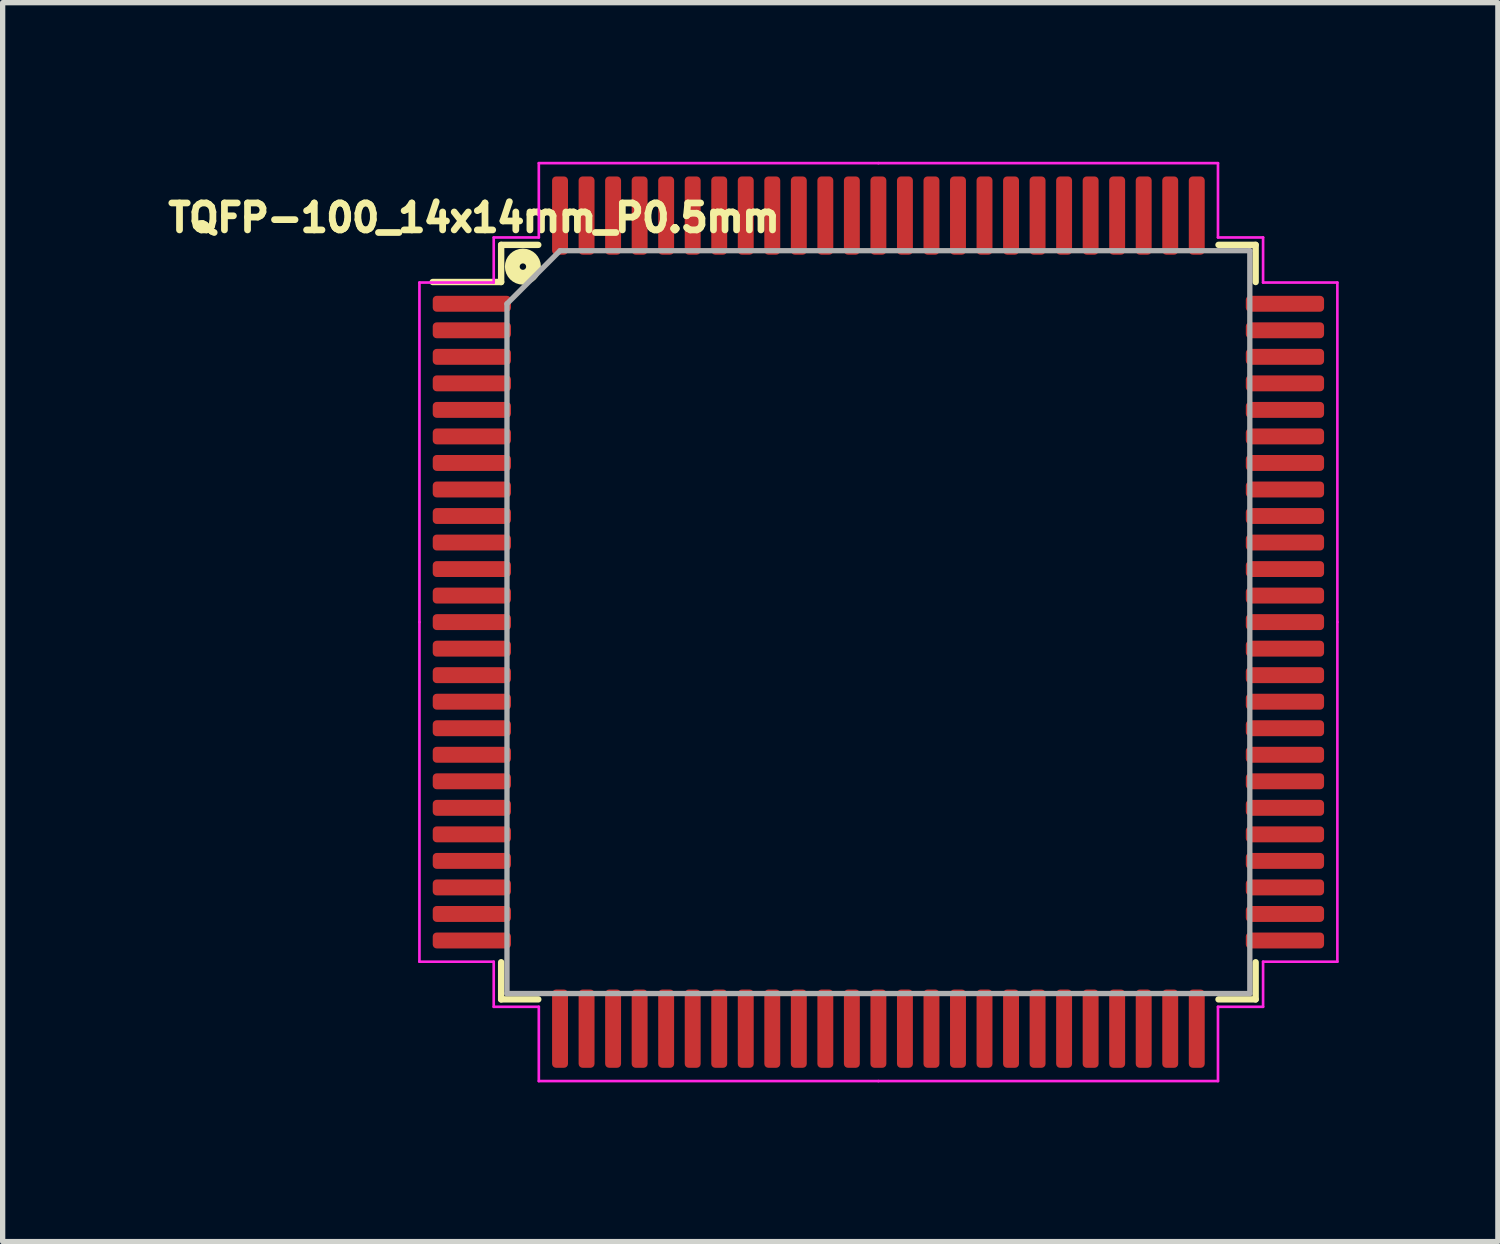
<source format=kicad_pcb>
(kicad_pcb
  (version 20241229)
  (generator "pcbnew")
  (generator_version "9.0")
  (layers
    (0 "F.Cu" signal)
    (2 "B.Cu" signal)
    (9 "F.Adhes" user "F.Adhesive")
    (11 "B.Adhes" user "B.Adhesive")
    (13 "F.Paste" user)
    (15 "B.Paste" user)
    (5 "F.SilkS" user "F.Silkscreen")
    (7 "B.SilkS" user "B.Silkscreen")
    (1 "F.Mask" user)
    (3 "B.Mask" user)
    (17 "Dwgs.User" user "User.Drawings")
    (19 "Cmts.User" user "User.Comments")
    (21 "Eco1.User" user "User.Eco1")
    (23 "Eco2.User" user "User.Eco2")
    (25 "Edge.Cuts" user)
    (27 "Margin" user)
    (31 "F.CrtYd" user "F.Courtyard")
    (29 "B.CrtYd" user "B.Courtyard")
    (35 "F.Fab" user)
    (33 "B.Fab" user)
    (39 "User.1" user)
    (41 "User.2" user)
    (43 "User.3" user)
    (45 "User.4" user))
  (footprint "TQFP-100_14x14mm_P0.5mm"
    (layer "F.Cu")
    (at 13.505 8.675)
    (property "Reference" "TQFP-100_14x14mm_P0.5mm" (at -7.62 -7.62 0) (layer "F.SilkS") (effects (font (size 0.508 0.508) (thickness 0.127))))
    (property "Value" "${VALUE}" (at 0 0 0) (layer "F.Fab") (hide yes) (effects (font (size 0.508 0.508) (thickness 0.127))))
    (attr smd)
    (fp_line (start -7.11 -7.11) (end -7.11 -6.41) (stroke (width 0.12) (type solid)) (layer "F.SilkS"))
    (fp_line (start -7.11 -6.41) (end -8.4 -6.41) (stroke (width 0.12) (type solid)) (layer "F.SilkS"))
    (fp_line (start -7.11 7.11) (end -7.11 6.41) (stroke (width 0.12) (type solid)) (layer "F.SilkS"))
    (fp_line (start -6.41 -7.11) (end -7.11 -7.11) (stroke (width 0.12) (type solid)) (layer "F.SilkS"))
    (fp_line (start -6.41 7.11) (end -7.11 7.11) (stroke (width 0.12) (type solid)) (layer "F.SilkS"))
    (fp_line (start 6.41 -7.11) (end 7.11 -7.11) (stroke (width 0.12) (type solid)) (layer "F.SilkS"))
    (fp_line (start 6.41 7.11) (end 7.11 7.11) (stroke (width 0.12) (type solid)) (layer "F.SilkS"))
    (fp_line (start 7.11 -7.11) (end 7.11 -6.41) (stroke (width 0.12) (type solid)) (layer "F.SilkS"))
    (fp_line (start 7.11 7.11) (end 7.11 6.41) (stroke (width 0.12) (type solid)) (layer "F.SilkS"))
    (fp_circle (center -6.7 -6.7) (end -6.7 -6.9) (stroke (width 0.279) (type solid)) (fill no) (layer "F.SilkS"))
    (fp_line (start -8.65 -6.4) (end -8.65 0) (stroke (width 0.05) (type solid)) (layer "F.CrtYd"))
    (fp_line (start -8.65 6.4) (end -8.65 0) (stroke (width 0.05) (type solid)) (layer "F.CrtYd"))
    (fp_line (start -7.25 -7.25) (end -7.25 -6.4) (stroke (width 0.05) (type solid)) (layer "F.CrtYd"))
    (fp_line (start -7.25 -6.4) (end -8.65 -6.4) (stroke (width 0.05) (type solid)) (layer "F.CrtYd"))
    (fp_line (start -7.25 6.4) (end -8.65 6.4) (stroke (width 0.05) (type solid)) (layer "F.CrtYd"))
    (fp_line (start -7.25 7.25) (end -7.25 6.4) (stroke (width 0.05) (type solid)) (layer "F.CrtYd"))
    (fp_line (start -6.4 -8.65) (end -6.4 -7.25) (stroke (width 0.05) (type solid)) (layer "F.CrtYd"))
    (fp_line (start -6.4 -7.25) (end -7.25 -7.25) (stroke (width 0.05) (type solid)) (layer "F.CrtYd"))
    (fp_line (start -6.4 7.25) (end -7.25 7.25) (stroke (width 0.05) (type solid)) (layer "F.CrtYd"))
    (fp_line (start -6.4 8.65) (end -6.4 7.25) (stroke (width 0.05) (type solid)) (layer "F.CrtYd"))
    (fp_line (start 0 -8.65) (end -6.4 -8.65) (stroke (width 0.05) (type solid)) (layer "F.CrtYd"))
    (fp_line (start 0 -8.65) (end 6.4 -8.65) (stroke (width 0.05) (type solid)) (layer "F.CrtYd"))
    (fp_line (start 0 8.65) (end -6.4 8.65) (stroke (width 0.05) (type solid)) (layer "F.CrtYd"))
    (fp_line (start 0 8.65) (end 6.4 8.65) (stroke (width 0.05) (type solid)) (layer "F.CrtYd"))
    (fp_line (start 6.4 -8.65) (end 6.4 -7.25) (stroke (width 0.05) (type solid)) (layer "F.CrtYd"))
    (fp_line (start 6.4 -7.25) (end 7.25 -7.25) (stroke (width 0.05) (type solid)) (layer "F.CrtYd"))
    (fp_line (start 6.4 7.25) (end 7.25 7.25) (stroke (width 0.05) (type solid)) (layer "F.CrtYd"))
    (fp_line (start 6.4 8.65) (end 6.4 7.25) (stroke (width 0.05) (type solid)) (layer "F.CrtYd"))
    (fp_line (start 7.25 -7.25) (end 7.25 -6.4) (stroke (width 0.05) (type solid)) (layer "F.CrtYd"))
    (fp_line (start 7.25 -6.4) (end 8.65 -6.4) (stroke (width 0.05) (type solid)) (layer "F.CrtYd"))
    (fp_line (start 7.25 6.4) (end 8.65 6.4) (stroke (width 0.05) (type solid)) (layer "F.CrtYd"))
    (fp_line (start 7.25 7.25) (end 7.25 6.4) (stroke (width 0.05) (type solid)) (layer "F.CrtYd"))
    (fp_line (start 8.65 -6.4) (end 8.65 0) (stroke (width 0.05) (type solid)) (layer "F.CrtYd"))
    (fp_line (start 8.65 6.4) (end 8.65 0) (stroke (width 0.05) (type solid)) (layer "F.CrtYd"))
    (fp_line (start -7 -6) (end -6 -7) (stroke (width 0.1) (type solid)) (layer "F.Fab"))
    (fp_line (start -7 7) (end -7 -6) (stroke (width 0.1) (type solid)) (layer "F.Fab"))
    (fp_line (start -6 -7) (end 7 -7) (stroke (width 0.1) (type solid)) (layer "F.Fab"))
    (fp_line (start 7 -7) (end 7 7) (stroke (width 0.1) (type solid)) (layer "F.Fab"))
    (fp_line (start 7 7) (end -7 7) (stroke (width 0.1) (type solid)) (layer "F.Fab"))
    (pad "1" smd roundrect (at -7.662 -6) (size 1.475 0.3) (layers "F.Cu" "F.Mask" "F.Paste") (roundrect_rratio 0.25))
    (pad "2" smd roundrect (at -7.662 -5.5) (size 1.475 0.3) (layers "F.Cu" "F.Mask" "F.Paste") (roundrect_rratio 0.25))
    (pad "3" smd roundrect (at -7.662 -5) (size 1.475 0.3) (layers "F.Cu" "F.Mask" "F.Paste") (roundrect_rratio 0.25))
    (pad "4" smd roundrect (at -7.662 -4.5) (size 1.475 0.3) (layers "F.Cu" "F.Mask" "F.Paste") (roundrect_rratio 0.25))
    (pad "5" smd roundrect (at -7.662 -4) (size 1.475 0.3) (layers "F.Cu" "F.Mask" "F.Paste") (roundrect_rratio 0.25))
    (pad "6" smd roundrect (at -7.662 -3.5) (size 1.475 0.3) (layers "F.Cu" "F.Mask" "F.Paste") (roundrect_rratio 0.25))
    (pad "7" smd roundrect (at -7.662 -3) (size 1.475 0.3) (layers "F.Cu" "F.Mask" "F.Paste") (roundrect_rratio 0.25))
    (pad "8" smd roundrect (at -7.662 -2.5) (size 1.475 0.3) (layers "F.Cu" "F.Mask" "F.Paste") (roundrect_rratio 0.25))
    (pad "9" smd roundrect (at -7.662 -2) (size 1.475 0.3) (layers "F.Cu" "F.Mask" "F.Paste") (roundrect_rratio 0.25))
    (pad "10" smd roundrect (at -7.662 -1.5) (size 1.475 0.3) (layers "F.Cu" "F.Mask" "F.Paste") (roundrect_rratio 0.25))
    (pad "11" smd roundrect (at -7.662 -1) (size 1.475 0.3) (layers "F.Cu" "F.Mask" "F.Paste") (roundrect_rratio 0.25))
    (pad "12" smd roundrect (at -7.662 -0.5) (size 1.475 0.3) (layers "F.Cu" "F.Mask" "F.Paste") (roundrect_rratio 0.25))
    (pad "13" smd roundrect (at -7.662 0) (size 1.475 0.3) (layers "F.Cu" "F.Mask" "F.Paste") (roundrect_rratio 0.25))
    (pad "14" smd roundrect (at -7.662 0.5) (size 1.475 0.3) (layers "F.Cu" "F.Mask" "F.Paste") (roundrect_rratio 0.25))
    (pad "15" smd roundrect (at -7.662 1) (size 1.475 0.3) (layers "F.Cu" "F.Mask" "F.Paste") (roundrect_rratio 0.25))
    (pad "16" smd roundrect (at -7.662 1.5) (size 1.475 0.3) (layers "F.Cu" "F.Mask" "F.Paste") (roundrect_rratio 0.25))
    (pad "17" smd roundrect (at -7.662 2) (size 1.475 0.3) (layers "F.Cu" "F.Mask" "F.Paste") (roundrect_rratio 0.25))
    (pad "18" smd roundrect (at -7.662 2.5) (size 1.475 0.3) (layers "F.Cu" "F.Mask" "F.Paste") (roundrect_rratio 0.25))
    (pad "19" smd roundrect (at -7.662 3) (size 1.475 0.3) (layers "F.Cu" "F.Mask" "F.Paste") (roundrect_rratio 0.25))
    (pad "20" smd roundrect (at -7.662 3.5) (size 1.475 0.3) (layers "F.Cu" "F.Mask" "F.Paste") (roundrect_rratio 0.25))
    (pad "21" smd roundrect (at -7.662 4) (size 1.475 0.3) (layers "F.Cu" "F.Mask" "F.Paste") (roundrect_rratio 0.25))
    (pad "22" smd roundrect (at -7.662 4.5) (size 1.475 0.3) (layers "F.Cu" "F.Mask" "F.Paste") (roundrect_rratio 0.25))
    (pad "23" smd roundrect (at -7.662 5) (size 1.475 0.3) (layers "F.Cu" "F.Mask" "F.Paste") (roundrect_rratio 0.25))
    (pad "24" smd roundrect (at -7.662 5.5) (size 1.475 0.3) (layers "F.Cu" "F.Mask" "F.Paste") (roundrect_rratio 0.25))
    (pad "25" smd roundrect (at -7.662 6) (size 1.475 0.3) (layers "F.Cu" "F.Mask" "F.Paste") (roundrect_rratio 0.25))
    (pad "26" smd roundrect (at -6 7.662) (size 0.3 1.475) (layers "F.Cu" "F.Mask" "F.Paste") (roundrect_rratio 0.25))
    (pad "27" smd roundrect (at -5.5 7.662) (size 0.3 1.475) (layers "F.Cu" "F.Mask" "F.Paste") (roundrect_rratio 0.25))
    (pad "28" smd roundrect (at -5 7.662) (size 0.3 1.475) (layers "F.Cu" "F.Mask" "F.Paste") (roundrect_rratio 0.25))
    (pad "29" smd roundrect (at -4.5 7.662) (size 0.3 1.475) (layers "F.Cu" "F.Mask" "F.Paste") (roundrect_rratio 0.25))
    (pad "30" smd roundrect (at -4 7.662) (size 0.3 1.475) (layers "F.Cu" "F.Mask" "F.Paste") (roundrect_rratio 0.25))
    (pad "31" smd roundrect (at -3.5 7.662) (size 0.3 1.475) (layers "F.Cu" "F.Mask" "F.Paste") (roundrect_rratio 0.25))
    (pad "32" smd roundrect (at -3 7.662) (size 0.3 1.475) (layers "F.Cu" "F.Mask" "F.Paste") (roundrect_rratio 0.25))
    (pad "33" smd roundrect (at -2.5 7.662) (size 0.3 1.475) (layers "F.Cu" "F.Mask" "F.Paste") (roundrect_rratio 0.25))
    (pad "34" smd roundrect (at -2 7.662) (size 0.3 1.475) (layers "F.Cu" "F.Mask" "F.Paste") (roundrect_rratio 0.25))
    (pad "35" smd roundrect (at -1.5 7.662) (size 0.3 1.475) (layers "F.Cu" "F.Mask" "F.Paste") (roundrect_rratio 0.25))
    (pad "36" smd roundrect (at -1 7.662) (size 0.3 1.475) (layers "F.Cu" "F.Mask" "F.Paste") (roundrect_rratio 0.25))
    (pad "37" smd roundrect (at -0.5 7.662) (size 0.3 1.475) (layers "F.Cu" "F.Mask" "F.Paste") (roundrect_rratio 0.25))
    (pad "38" smd roundrect (at 0 7.662) (size 0.3 1.475) (layers "F.Cu" "F.Mask" "F.Paste") (roundrect_rratio 0.25))
    (pad "39" smd roundrect (at 0.5 7.662) (size 0.3 1.475) (layers "F.Cu" "F.Mask" "F.Paste") (roundrect_rratio 0.25))
    (pad "40" smd roundrect (at 1 7.662) (size 0.3 1.475) (layers "F.Cu" "F.Mask" "F.Paste") (roundrect_rratio 0.25))
    (pad "41" smd roundrect (at 1.5 7.662) (size 0.3 1.475) (layers "F.Cu" "F.Mask" "F.Paste") (roundrect_rratio 0.25))
    (pad "42" smd roundrect (at 2 7.662) (size 0.3 1.475) (layers "F.Cu" "F.Mask" "F.Paste") (roundrect_rratio 0.25))
    (pad "43" smd roundrect (at 2.5 7.662) (size 0.3 1.475) (layers "F.Cu" "F.Mask" "F.Paste") (roundrect_rratio 0.25))
    (pad "44" smd roundrect (at 3 7.662) (size 0.3 1.475) (layers "F.Cu" "F.Mask" "F.Paste") (roundrect_rratio 0.25))
    (pad "45" smd roundrect (at 3.5 7.662) (size 0.3 1.475) (layers "F.Cu" "F.Mask" "F.Paste") (roundrect_rratio 0.25))
    (pad "46" smd roundrect (at 4 7.662) (size 0.3 1.475) (layers "F.Cu" "F.Mask" "F.Paste") (roundrect_rratio 0.25))
    (pad "47" smd roundrect (at 4.5 7.662) (size 0.3 1.475) (layers "F.Cu" "F.Mask" "F.Paste") (roundrect_rratio 0.25))
    (pad "48" smd roundrect (at 5 7.662) (size 0.3 1.475) (layers "F.Cu" "F.Mask" "F.Paste") (roundrect_rratio 0.25))
    (pad "49" smd roundrect (at 5.5 7.662) (size 0.3 1.475) (layers "F.Cu" "F.Mask" "F.Paste") (roundrect_rratio 0.25))
    (pad "50" smd roundrect (at 6 7.662) (size 0.3 1.475) (layers "F.Cu" "F.Mask" "F.Paste") (roundrect_rratio 0.25))
    (pad "51" smd roundrect (at 7.662 6) (size 1.475 0.3) (layers "F.Cu" "F.Mask" "F.Paste") (roundrect_rratio 0.25))
    (pad "52" smd roundrect (at 7.662 5.5) (size 1.475 0.3) (layers "F.Cu" "F.Mask" "F.Paste") (roundrect_rratio 0.25))
    (pad "53" smd roundrect (at 7.662 5) (size 1.475 0.3) (layers "F.Cu" "F.Mask" "F.Paste") (roundrect_rratio 0.25))
    (pad "54" smd roundrect (at 7.662 4.5) (size 1.475 0.3) (layers "F.Cu" "F.Mask" "F.Paste") (roundrect_rratio 0.25))
    (pad "55" smd roundrect (at 7.662 4) (size 1.475 0.3) (layers "F.Cu" "F.Mask" "F.Paste") (roundrect_rratio 0.25))
    (pad "56" smd roundrect (at 7.662 3.5) (size 1.475 0.3) (layers "F.Cu" "F.Mask" "F.Paste") (roundrect_rratio 0.25))
    (pad "57" smd roundrect (at 7.662 3) (size 1.475 0.3) (layers "F.Cu" "F.Mask" "F.Paste") (roundrect_rratio 0.25))
    (pad "58" smd roundrect (at 7.662 2.5) (size 1.475 0.3) (layers "F.Cu" "F.Mask" "F.Paste") (roundrect_rratio 0.25))
    (pad "59" smd roundrect (at 7.662 2) (size 1.475 0.3) (layers "F.Cu" "F.Mask" "F.Paste") (roundrect_rratio 0.25))
    (pad "60" smd roundrect (at 7.662 1.5) (size 1.475 0.3) (layers "F.Cu" "F.Mask" "F.Paste") (roundrect_rratio 0.25))
    (pad "61" smd roundrect (at 7.662 1) (size 1.475 0.3) (layers "F.Cu" "F.Mask" "F.Paste") (roundrect_rratio 0.25))
    (pad "62" smd roundrect (at 7.662 0.5) (size 1.475 0.3) (layers "F.Cu" "F.Mask" "F.Paste") (roundrect_rratio 0.25))
    (pad "63" smd roundrect (at 7.662 0) (size 1.475 0.3) (layers "F.Cu" "F.Mask" "F.Paste") (roundrect_rratio 0.25))
    (pad "64" smd roundrect (at 7.662 -0.5) (size 1.475 0.3) (layers "F.Cu" "F.Mask" "F.Paste") (roundrect_rratio 0.25))
    (pad "65" smd roundrect (at 7.662 -1) (size 1.475 0.3) (layers "F.Cu" "F.Mask" "F.Paste") (roundrect_rratio 0.25))
    (pad "66" smd roundrect (at 7.662 -1.5) (size 1.475 0.3) (layers "F.Cu" "F.Mask" "F.Paste") (roundrect_rratio 0.25))
    (pad "67" smd roundrect (at 7.662 -2) (size 1.475 0.3) (layers "F.Cu" "F.Mask" "F.Paste") (roundrect_rratio 0.25))
    (pad "68" smd roundrect (at 7.662 -2.5) (size 1.475 0.3) (layers "F.Cu" "F.Mask" "F.Paste") (roundrect_rratio 0.25))
    (pad "69" smd roundrect (at 7.662 -3) (size 1.475 0.3) (layers "F.Cu" "F.Mask" "F.Paste") (roundrect_rratio 0.25))
    (pad "70" smd roundrect (at 7.662 -3.5) (size 1.475 0.3) (layers "F.Cu" "F.Mask" "F.Paste") (roundrect_rratio 0.25))
    (pad "71" smd roundrect (at 7.662 -4) (size 1.475 0.3) (layers "F.Cu" "F.Mask" "F.Paste") (roundrect_rratio 0.25))
    (pad "72" smd roundrect (at 7.662 -4.5) (size 1.475 0.3) (layers "F.Cu" "F.Mask" "F.Paste") (roundrect_rratio 0.25))
    (pad "73" smd roundrect (at 7.662 -5) (size 1.475 0.3) (layers "F.Cu" "F.Mask" "F.Paste") (roundrect_rratio 0.25))
    (pad "74" smd roundrect (at 7.662 -5.5) (size 1.475 0.3) (layers "F.Cu" "F.Mask" "F.Paste") (roundrect_rratio 0.25))
    (pad "75" smd roundrect (at 7.662 -6) (size 1.475 0.3) (layers "F.Cu" "F.Mask" "F.Paste") (roundrect_rratio 0.25))
    (pad "76" smd roundrect (at 6 -7.662) (size 0.3 1.475) (layers "F.Cu" "F.Mask" "F.Paste") (roundrect_rratio 0.25))
    (pad "77" smd roundrect (at 5.5 -7.662) (size 0.3 1.475) (layers "F.Cu" "F.Mask" "F.Paste") (roundrect_rratio 0.25))
    (pad "78" smd roundrect (at 5 -7.662) (size 0.3 1.475) (layers "F.Cu" "F.Mask" "F.Paste") (roundrect_rratio 0.25))
    (pad "79" smd roundrect (at 4.5 -7.662) (size 0.3 1.475) (layers "F.Cu" "F.Mask" "F.Paste") (roundrect_rratio 0.25))
    (pad "80" smd roundrect (at 4 -7.662) (size 0.3 1.475) (layers "F.Cu" "F.Mask" "F.Paste") (roundrect_rratio 0.25))
    (pad "81" smd roundrect (at 3.5 -7.662) (size 0.3 1.475) (layers "F.Cu" "F.Mask" "F.Paste") (roundrect_rratio 0.25))
    (pad "82" smd roundrect (at 3 -7.662) (size 0.3 1.475) (layers "F.Cu" "F.Mask" "F.Paste") (roundrect_rratio 0.25))
    (pad "83" smd roundrect (at 2.5 -7.662) (size 0.3 1.475) (layers "F.Cu" "F.Mask" "F.Paste") (roundrect_rratio 0.25))
    (pad "84" smd roundrect (at 2 -7.662) (size 0.3 1.475) (layers "F.Cu" "F.Mask" "F.Paste") (roundrect_rratio 0.25))
    (pad "85" smd roundrect (at 1.5 -7.662) (size 0.3 1.475) (layers "F.Cu" "F.Mask" "F.Paste") (roundrect_rratio 0.25))
    (pad "86" smd roundrect (at 1 -7.662) (size 0.3 1.475) (layers "F.Cu" "F.Mask" "F.Paste") (roundrect_rratio 0.25))
    (pad "87" smd roundrect (at 0.5 -7.662) (size 0.3 1.475) (layers "F.Cu" "F.Mask" "F.Paste") (roundrect_rratio 0.25))
    (pad "88" smd roundrect (at 0 -7.662) (size 0.3 1.475) (layers "F.Cu" "F.Mask" "F.Paste") (roundrect_rratio 0.25))
    (pad "89" smd roundrect (at -0.5 -7.662) (size 0.3 1.475) (layers "F.Cu" "F.Mask" "F.Paste") (roundrect_rratio 0.25))
    (pad "90" smd roundrect (at -1 -7.662) (size 0.3 1.475) (layers "F.Cu" "F.Mask" "F.Paste") (roundrect_rratio 0.25))
    (pad "91" smd roundrect (at -1.5 -7.662) (size 0.3 1.475) (layers "F.Cu" "F.Mask" "F.Paste") (roundrect_rratio 0.25))
    (pad "92" smd roundrect (at -2 -7.662) (size 0.3 1.475) (layers "F.Cu" "F.Mask" "F.Paste") (roundrect_rratio 0.25))
    (pad "93" smd roundrect (at -2.5 -7.662) (size 0.3 1.475) (layers "F.Cu" "F.Mask" "F.Paste") (roundrect_rratio 0.25))
    (pad "94" smd roundrect (at -3 -7.662) (size 0.3 1.475) (layers "F.Cu" "F.Mask" "F.Paste") (roundrect_rratio 0.25))
    (pad "95" smd roundrect (at -3.5 -7.662) (size 0.3 1.475) (layers "F.Cu" "F.Mask" "F.Paste") (roundrect_rratio 0.25))
    (pad "96" smd roundrect (at -4 -7.662) (size 0.3 1.475) (layers "F.Cu" "F.Mask" "F.Paste") (roundrect_rratio 0.25))
    (pad "97" smd roundrect (at -4.5 -7.662) (size 0.3 1.475) (layers "F.Cu" "F.Mask" "F.Paste") (roundrect_rratio 0.25))
    (pad "98" smd roundrect (at -5 -7.662) (size 0.3 1.475) (layers "F.Cu" "F.Mask" "F.Paste") (roundrect_rratio 0.25))
    (pad "99" smd roundrect (at -5.5 -7.662) (size 0.3 1.475) (layers "F.Cu" "F.Mask" "F.Paste") (roundrect_rratio 0.25))
    (pad "100" smd roundrect (at -6 -7.662) (size 0.3 1.475) (layers "F.Cu" "F.Mask" "F.Paste") (roundrect_rratio 0.25)))
  (gr_rect
    (start -3 -3)
    (end 25.18 20.35)
    (stroke (width 0.1) (type default))
    (fill no)
    (layer "Edge.Cuts")))
</source>
